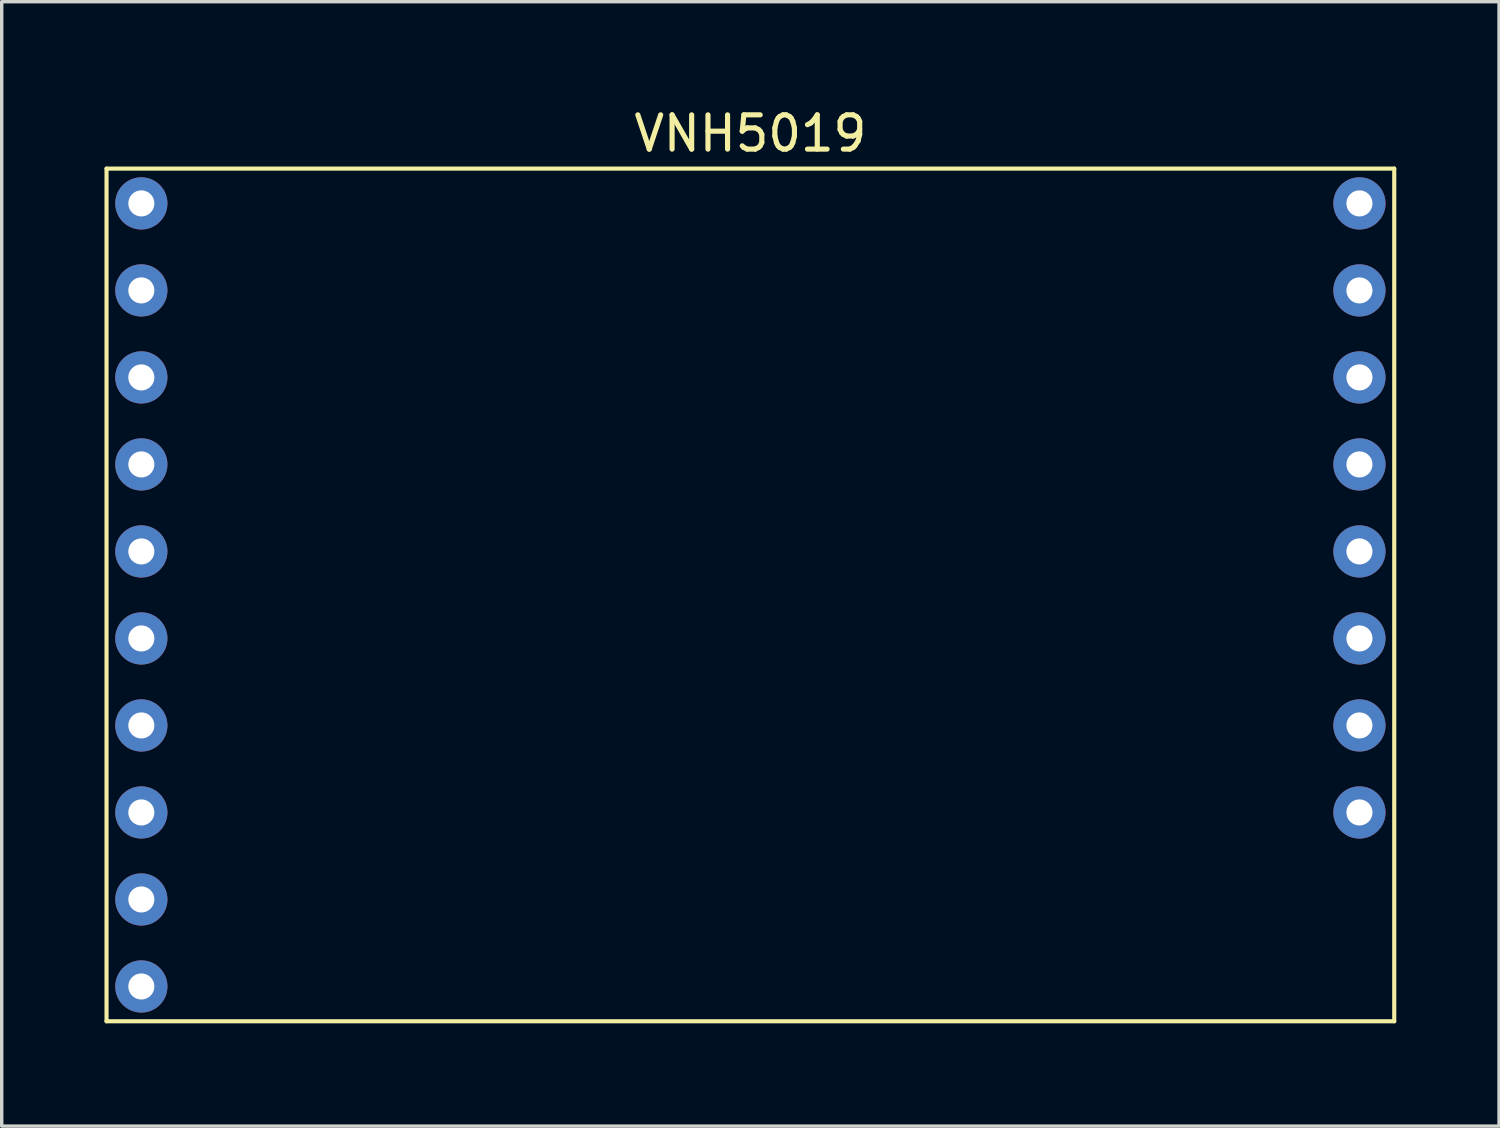
<source format=kicad_pcb>
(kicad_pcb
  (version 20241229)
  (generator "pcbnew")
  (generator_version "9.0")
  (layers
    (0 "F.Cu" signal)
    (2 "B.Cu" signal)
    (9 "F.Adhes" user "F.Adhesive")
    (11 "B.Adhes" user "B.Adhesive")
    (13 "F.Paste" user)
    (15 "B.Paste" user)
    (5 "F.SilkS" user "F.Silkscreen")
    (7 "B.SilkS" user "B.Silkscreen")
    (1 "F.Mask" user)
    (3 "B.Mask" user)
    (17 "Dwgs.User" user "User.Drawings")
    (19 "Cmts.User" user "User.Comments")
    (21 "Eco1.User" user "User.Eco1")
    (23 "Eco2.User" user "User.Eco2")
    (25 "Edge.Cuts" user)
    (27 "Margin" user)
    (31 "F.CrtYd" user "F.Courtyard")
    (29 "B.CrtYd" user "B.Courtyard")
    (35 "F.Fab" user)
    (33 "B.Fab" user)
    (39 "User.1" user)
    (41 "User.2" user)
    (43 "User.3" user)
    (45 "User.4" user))
  (footprint "VNH5019"
    (layer "F.Cu")
    (at 18.856 0.348)
    (property "Reference" "VNH5019" (at 0 0.5 0) (layer "F.SilkS") (effects (font (size 1 1) (thickness 0.15))))
    (attr through_hole)
    (fp_line (start -18.796 1.524) (end -18.796 26.416) (stroke (width 0.12) (type solid)) (layer "F.SilkS"))
    (fp_line (start -18.796 26.416) (end 18.796 26.416) (stroke (width 0.12) (type solid)) (layer "F.SilkS"))
    (fp_line (start 18.796 1.524) (end -18.796 1.524) (stroke (width 0.12) (type solid)) (layer "F.SilkS"))
    (fp_line (start 18.796 26.416) (end 18.796 1.524) (stroke (width 0.12) (type solid)) (layer "F.SilkS"))
    (pad "1" thru_hole circle (at -17.78 2.54) (size 1.524 1.524) (drill 0.762) (layers "*.Cu" "*.Mask"))
    (pad "2" thru_hole circle (at -17.78 5.08) (size 1.524 1.524) (drill 0.762) (layers "*.Cu" "*.Mask"))
    (pad "3" thru_hole circle (at -17.78 7.62) (size 1.524 1.524) (drill 0.762) (layers "*.Cu" "*.Mask"))
    (pad "4" thru_hole circle (at -17.78 10.16) (size 1.524 1.524) (drill 0.762) (layers "*.Cu" "*.Mask"))
    (pad "5" thru_hole circle (at -17.78 12.7) (size 1.524 1.524) (drill 0.762) (layers "*.Cu" "*.Mask"))
    (pad "6" thru_hole circle (at -17.78 15.24) (size 1.524 1.524) (drill 0.762) (layers "*.Cu" "*.Mask"))
    (pad "7" thru_hole circle (at -17.78 17.78) (size 1.524 1.524) (drill 0.762) (layers "*.Cu" "*.Mask"))
    (pad "8" thru_hole circle (at -17.78 20.32) (size 1.524 1.524) (drill 0.762) (layers "*.Cu" "*.Mask"))
    (pad "9" thru_hole circle (at -17.78 22.86) (size 1.524 1.524) (drill 0.762) (layers "*.Cu" "*.Mask"))
    (pad "10" thru_hole circle (at -17.78 25.4) (size 1.524 1.524) (drill 0.762) (layers "*.Cu" "*.Mask"))
    (pad "11" thru_hole circle (at 17.78 20.32) (size 1.524 1.524) (drill 0.762) (layers "*.Cu" "*.Mask"))
    (pad "12" thru_hole circle (at 17.78 17.78) (size 1.524 1.524) (drill 0.762) (layers "*.Cu" "*.Mask"))
    (pad "13" thru_hole circle (at 17.78 15.24) (size 1.524 1.524) (drill 0.762) (layers "*.Cu" "*.Mask"))
    (pad "14" thru_hole circle (at 17.78 12.7) (size 1.524 1.524) (drill 0.762) (layers "*.Cu" "*.Mask"))
    (pad "15" thru_hole circle (at 17.78 10.16) (size 1.524 1.524) (drill 0.762) (layers "*.Cu" "*.Mask"))
    (pad "16" thru_hole circle (at 17.78 7.62) (size 1.524 1.524) (drill 0.762) (layers "*.Cu" "*.Mask"))
    (pad "17" thru_hole circle (at 17.78 5.08) (size 1.524 1.524) (drill 0.762) (layers "*.Cu" "*.Mask"))
    (pad "18" thru_hole circle (at 17.78 2.54) (size 1.524 1.524) (drill 0.762) (layers "*.Cu" "*.Mask")))
  (gr_rect
    (start -3 -3)
    (end 40.712 29.824)
    (stroke (width 0.1) (type default))
    (fill no)
    (layer "Edge.Cuts")))
</source>
